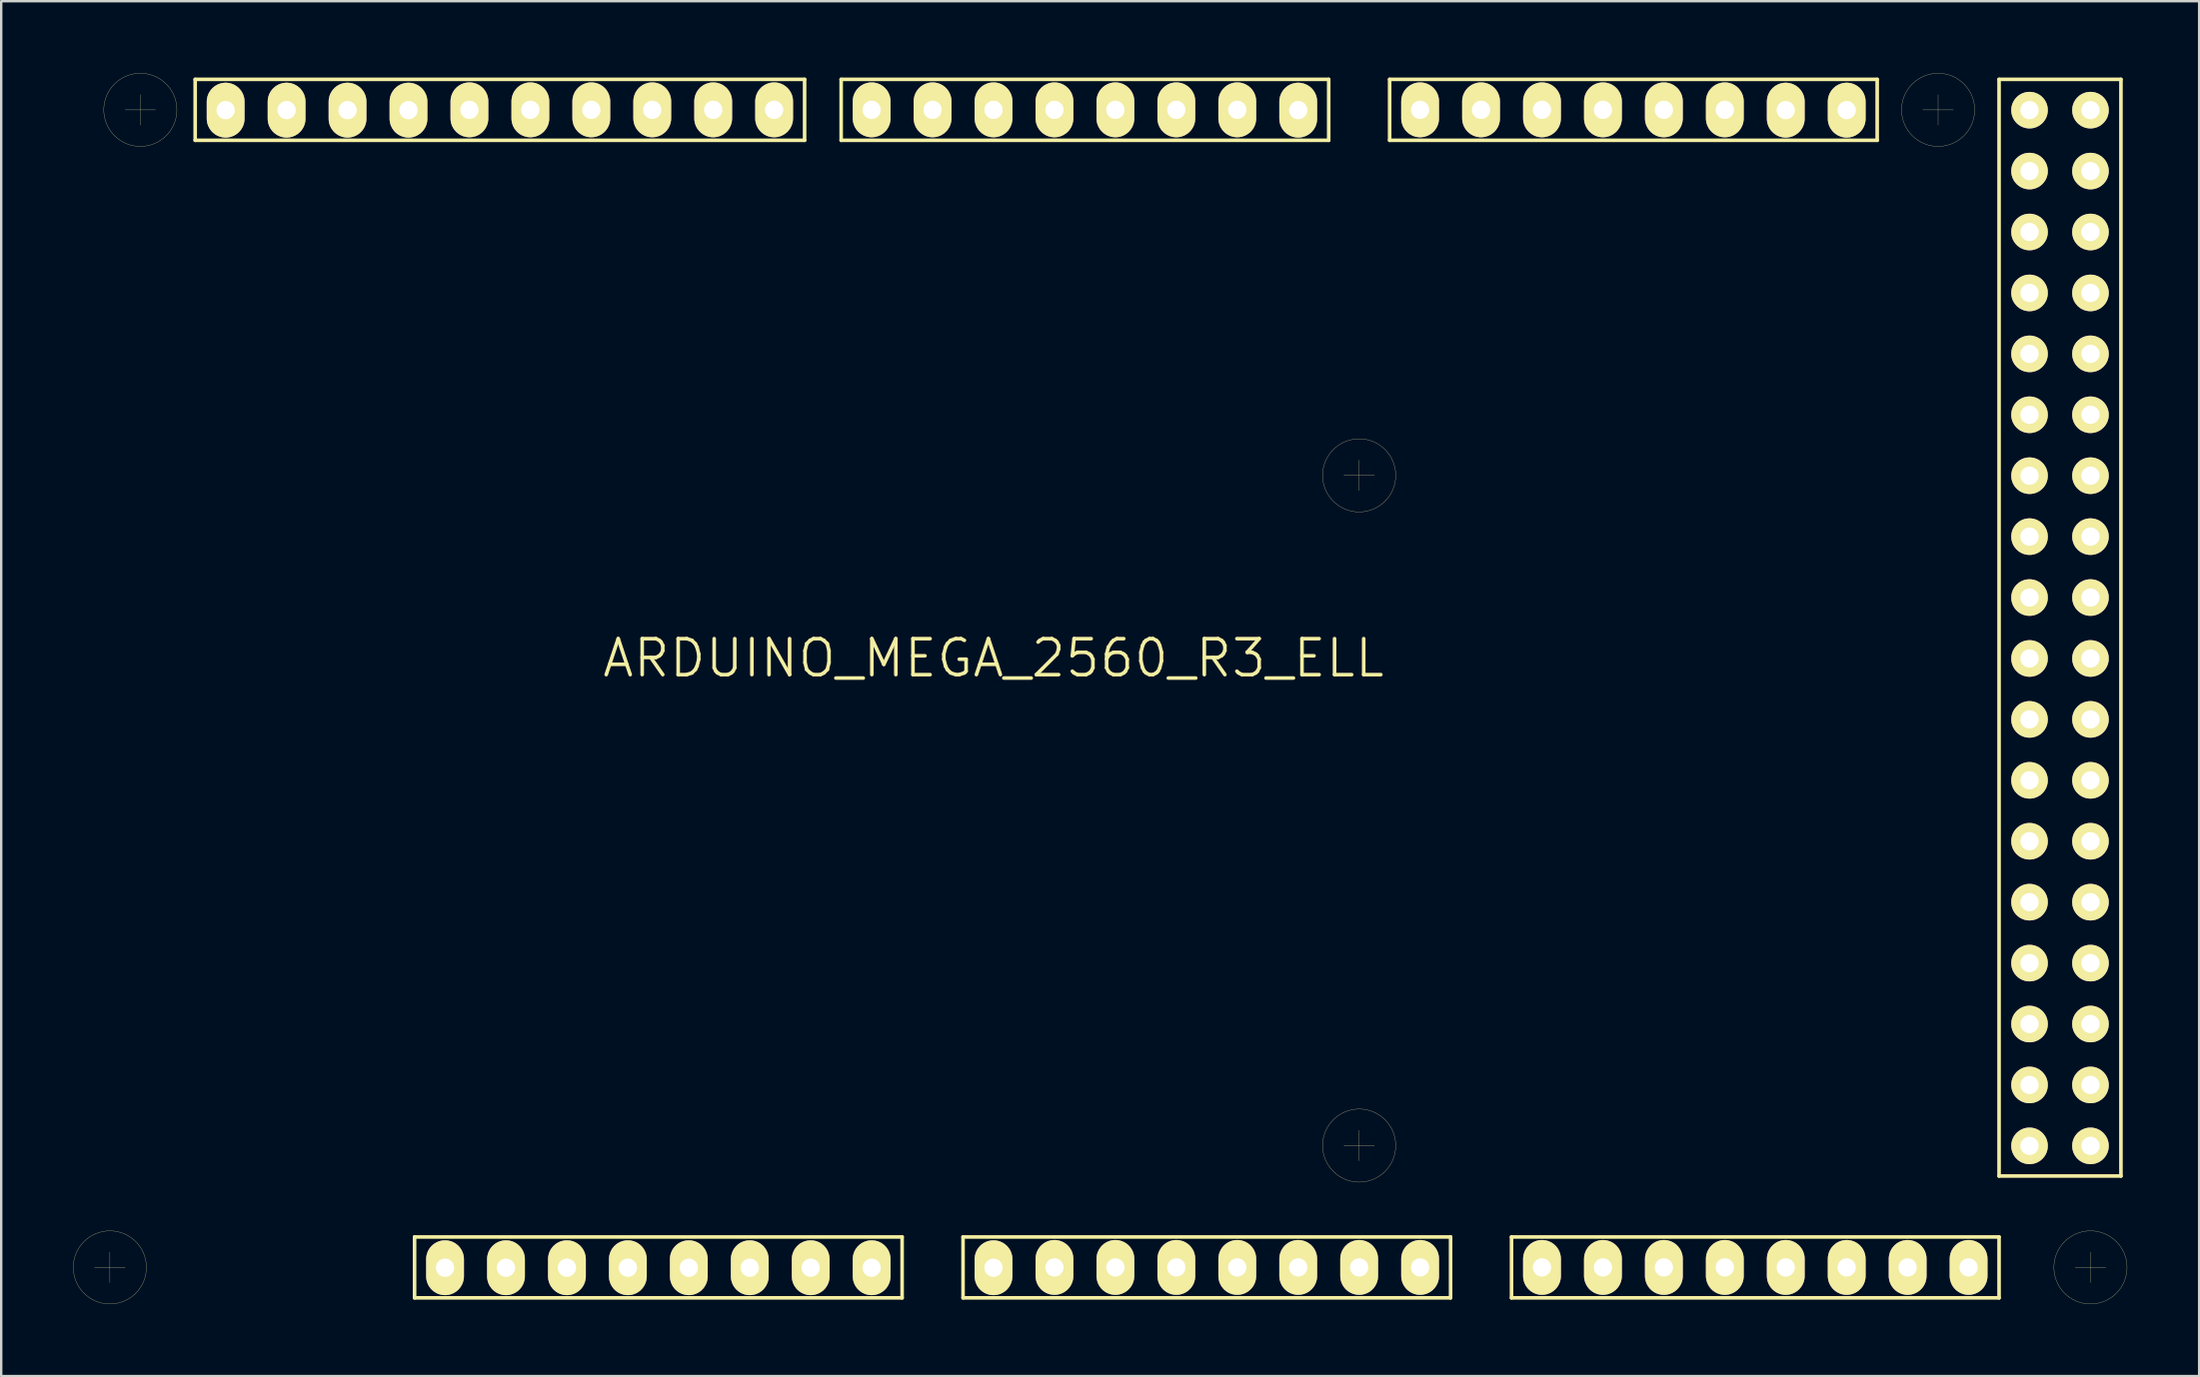
<source format=kicad_pcb>
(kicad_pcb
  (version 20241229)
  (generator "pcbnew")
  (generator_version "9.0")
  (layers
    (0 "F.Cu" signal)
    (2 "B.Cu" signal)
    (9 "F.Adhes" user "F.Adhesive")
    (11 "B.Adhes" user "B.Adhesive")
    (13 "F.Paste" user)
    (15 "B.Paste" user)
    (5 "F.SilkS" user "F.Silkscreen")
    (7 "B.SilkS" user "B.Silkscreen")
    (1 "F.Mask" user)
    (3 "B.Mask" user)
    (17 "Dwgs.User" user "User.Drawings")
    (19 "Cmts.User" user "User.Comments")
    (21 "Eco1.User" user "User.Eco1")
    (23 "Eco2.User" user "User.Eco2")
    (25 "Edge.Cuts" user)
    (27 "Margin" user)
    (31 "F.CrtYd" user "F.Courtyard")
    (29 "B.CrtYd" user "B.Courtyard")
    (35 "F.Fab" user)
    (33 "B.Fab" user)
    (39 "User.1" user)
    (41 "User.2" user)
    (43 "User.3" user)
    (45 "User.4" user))
  (footprint "ARDUINO_MEGA_2560_R3_ELL"
    (layer "F.Cu")
    (at 38.359 25.659)
    (property "Reference" "ARDUINO_MEGA_2560_R3_ELL" (at 0 -1.27 0) (layer "F.SilkS") (effects (font (size 1.5 1.5) (thickness 0.15))))
    (attr through_hole)
    (fp_line (start -37.465 24.13) (end -36.195 24.13) (stroke (width 0.01) (type solid)) (layer "F.SilkS"))
    (fp_line (start -36.83 23.495) (end -36.83 24.765) (stroke (width 0.01) (type solid)) (layer "F.SilkS"))
    (fp_line (start -36.195 -24.13) (end -34.925 -24.13) (stroke (width 0.01) (type solid)) (layer "F.SilkS"))
    (fp_line (start -35.56 -24.765) (end -35.56 -23.495) (stroke (width 0.01) (type solid)) (layer "F.SilkS"))
    (fp_line (start -33.274 -25.4) (end -7.874 -25.4) (stroke (width 0.15) (type solid)) (layer "F.SilkS"))
    (fp_line (start -33.274 -22.86) (end -33.274 -25.4) (stroke (width 0.15) (type solid)) (layer "F.SilkS"))
    (fp_line (start -24.13 22.86) (end -3.81 22.86) (stroke (width 0.15) (type solid)) (layer "F.SilkS"))
    (fp_line (start -24.13 25.4) (end -24.13 22.86) (stroke (width 0.15) (type solid)) (layer "F.SilkS"))
    (fp_line (start -7.874 -25.4) (end -7.874 -22.86) (stroke (width 0.15) (type solid)) (layer "F.SilkS"))
    (fp_line (start -7.874 -22.86) (end -33.274 -22.86) (stroke (width 0.15) (type solid)) (layer "F.SilkS"))
    (fp_line (start -6.35 -25.4) (end 13.97 -25.4) (stroke (width 0.15) (type solid)) (layer "F.SilkS"))
    (fp_line (start -6.35 -22.86) (end -6.35 -25.4) (stroke (width 0.15) (type solid)) (layer "F.SilkS"))
    (fp_line (start -3.81 22.86) (end -3.81 25.4) (stroke (width 0.15) (type solid)) (layer "F.SilkS"))
    (fp_line (start -3.81 25.4) (end -24.13 25.4) (stroke (width 0.15) (type solid)) (layer "F.SilkS"))
    (fp_line (start -1.27 22.86) (end -1.27 25.4) (stroke (width 0.15) (type solid)) (layer "F.SilkS"))
    (fp_line (start -1.27 25.4) (end 19.05 25.4) (stroke (width 0.15) (type solid)) (layer "F.SilkS"))
    (fp_line (start 13.97 -25.4) (end 13.97 -22.86) (stroke (width 0.15) (type solid)) (layer "F.SilkS"))
    (fp_line (start 13.97 -22.86) (end -6.35 -22.86) (stroke (width 0.15) (type solid)) (layer "F.SilkS"))
    (fp_line (start 14.605 -8.89) (end 15.875 -8.89) (stroke (width 0.01) (type solid)) (layer "F.SilkS"))
    (fp_line (start 14.605 19.05) (end 15.875 19.05) (stroke (width 0.01) (type solid)) (layer "F.SilkS"))
    (fp_line (start 15.24 -9.525) (end 15.24 -8.255) (stroke (width 0.01) (type solid)) (layer "F.SilkS"))
    (fp_line (start 15.24 18.415) (end 15.24 19.685) (stroke (width 0.01) (type solid)) (layer "F.SilkS"))
    (fp_line (start 16.51 -25.4) (end 36.83 -25.4) (stroke (width 0.15) (type solid)) (layer "F.SilkS"))
    (fp_line (start 16.51 -22.86) (end 16.51 -25.4) (stroke (width 0.15) (type solid)) (layer "F.SilkS"))
    (fp_line (start 19.05 22.86) (end -1.27 22.86) (stroke (width 0.15) (type solid)) (layer "F.SilkS"))
    (fp_line (start 19.05 25.4) (end 19.05 22.86) (stroke (width 0.15) (type solid)) (layer "F.SilkS"))
    (fp_line (start 21.59 22.86) (end 41.91 22.86) (stroke (width 0.15) (type solid)) (layer "F.SilkS"))
    (fp_line (start 21.59 25.4) (end 21.59 22.86) (stroke (width 0.15) (type solid)) (layer "F.SilkS"))
    (fp_line (start 36.83 -25.4) (end 36.83 -22.86) (stroke (width 0.15) (type solid)) (layer "F.SilkS"))
    (fp_line (start 36.83 -22.86) (end 16.51 -22.86) (stroke (width 0.15) (type solid)) (layer "F.SilkS"))
    (fp_line (start 38.735 -24.13) (end 40.005 -24.13) (stroke (width 0.01) (type solid)) (layer "F.SilkS"))
    (fp_line (start 39.37 -24.765) (end 39.37 -23.495) (stroke (width 0.01) (type solid)) (layer "F.SilkS"))
    (fp_line (start 41.91 -25.4) (end 41.91 20.32) (stroke (width 0.15) (type solid)) (layer "F.SilkS"))
    (fp_line (start 41.91 20.32) (end 46.99 20.32) (stroke (width 0.15) (type solid)) (layer "F.SilkS"))
    (fp_line (start 41.91 22.86) (end 41.91 25.4) (stroke (width 0.15) (type solid)) (layer "F.SilkS"))
    (fp_line (start 41.91 25.4) (end 21.59 25.4) (stroke (width 0.15) (type solid)) (layer "F.SilkS"))
    (fp_line (start 45.085 24.13) (end 46.355 24.13) (stroke (width 0.01) (type solid)) (layer "F.SilkS"))
    (fp_line (start 45.72 23.495) (end 45.72 24.765) (stroke (width 0.01) (type solid)) (layer "F.SilkS"))
    (fp_line (start 46.99 -25.4) (end 41.91 -25.4) (stroke (width 0.15) (type solid)) (layer "F.SilkS"))
    (fp_line (start 46.99 20.32) (end 46.99 -25.4) (stroke (width 0.15) (type solid)) (layer "F.SilkS"))
    (fp_circle (center -36.83 24.13) (end -35.306 24.13) (stroke (width 0.01) (type solid)) (fill no) (layer "F.SilkS"))
    (fp_circle (center -35.56 -24.13) (end -37.084 -24.13) (stroke (width 0.01) (type solid)) (fill no) (layer "F.SilkS"))
    (fp_circle (center 15.24 -8.89) (end 13.716 -8.89) (stroke (width 0.01) (type solid)) (fill no) (layer "F.SilkS"))
    (fp_circle (center 15.24 19.05) (end 16.764 19.05) (stroke (width 0.01) (type solid)) (fill no) (layer "F.SilkS"))
    (fp_circle (center 39.37 -24.13) (end 37.846 -24.13) (stroke (width 0.01) (type solid)) (fill no) (layer "F.SilkS"))
    (fp_circle (center 45.72 24.13) (end 47.244 24.13) (stroke (width 0.01) (type solid)) (fill no) (layer "F.SilkS"))
    (pad "0" thru_hole oval (at 12.7 -24.117) (size 1.575 2.286) (drill 0.762) (layers "*.Cu" "*.Mask" "F.SilkS"))
    (pad "1" thru_hole oval (at 10.16 -24.13) (size 1.575 2.286) (drill 0.762) (layers "*.Cu" "*.Mask" "F.SilkS"))
    (pad "2" thru_hole oval (at 7.62 -24.13) (size 1.575 2.286) (drill 0.762) (layers "*.Cu" "*.Mask" "F.SilkS"))
    (pad "3" thru_hole oval (at 5.08 -24.13) (size 1.575 2.286) (drill 0.762) (layers "*.Cu" "*.Mask" "F.SilkS"))
    (pad "3V3" thru_hole oval (at -15.24 24.143) (size 1.575 2.286) (drill 0.762) (layers "*.Cu" "*.Mask" "F.SilkS"))
    (pad "4" thru_hole oval (at 2.54 -24.13) (size 1.575 2.286) (drill 0.762) (layers "*.Cu" "*.Mask" "F.SilkS"))
    (pad "5" thru_hole oval (at 0 -24.13) (size 1.575 2.286) (drill 0.762) (layers "*.Cu" "*.Mask" "F.SilkS"))
    (pad "5V/1" thru_hole oval (at -12.7 24.143) (size 1.575 2.286) (drill 0.762) (layers "*.Cu" "*.Mask" "F.SilkS"))
    (pad "5V/2" thru_hole circle (at 43.18 -24.117) (size 1.524 1.524) (drill 0.762) (layers "*.Cu" "*.Mask" "F.SilkS"))
    (pad "5V/3" thru_hole circle (at 45.72 -24.117) (size 1.524 1.524) (drill 0.762) (layers "*.Cu" "*.Mask" "F.SilkS"))
    (pad "6" thru_hole oval (at -2.54 -24.13) (size 1.575 2.286) (drill 0.762) (layers "*.Cu" "*.Mask" "F.SilkS"))
    (pad "7" thru_hole oval (at -5.08 -24.13) (size 1.575 2.286) (drill 0.762) (layers "*.Cu" "*.Mask" "F.SilkS"))
    (pad "8" thru_hole oval (at -9.144 -24.13) (size 1.575 2.286) (drill 0.762) (layers "*.Cu" "*.Mask" "F.SilkS"))
    (pad "9" thru_hole oval (at -11.684 -24.13) (size 1.575 2.286) (drill 0.762) (layers "*.Cu" "*.Mask" "F.SilkS"))
    (pad "10" thru_hole oval (at -14.224 -24.13) (size 1.575 2.286) (drill 0.762) (layers "*.Cu" "*.Mask" "F.SilkS"))
    (pad "11" thru_hole oval (at -16.764 -24.13) (size 1.575 2.286) (drill 0.762) (layers "*.Cu" "*.Mask" "F.SilkS"))
    (pad "12" thru_hole oval (at -19.304 -24.13) (size 1.575 2.286) (drill 0.762) (layers "*.Cu" "*.Mask" "F.SilkS"))
    (pad "13" thru_hole oval (at -21.844 -24.13) (size 1.575 2.286) (drill 0.762) (layers "*.Cu" "*.Mask" "F.SilkS"))
    (pad "14" thru_hole oval (at 17.78 -24.13) (size 1.575 2.286) (drill 0.762) (layers "*.Cu" "*.Mask" "F.SilkS"))
    (pad "15" thru_hole oval (at 20.32 -24.13) (size 1.575 2.286) (drill 0.762) (layers "*.Cu" "*.Mask" "F.SilkS"))
    (pad "16" thru_hole oval (at 22.86 -24.13) (size 1.575 2.286) (drill 0.762) (layers "*.Cu" "*.Mask" "F.SilkS"))
    (pad "17" thru_hole oval (at 25.4 -24.13) (size 1.575 2.286) (drill 0.762) (layers "*.Cu" "*.Mask" "F.SilkS"))
    (pad "18" thru_hole oval (at 27.94 -24.13) (size 1.575 2.286) (drill 0.762) (layers "*.Cu" "*.Mask" "F.SilkS"))
    (pad "19" thru_hole oval (at 30.48 -24.13) (size 1.575 2.286) (drill 0.762) (layers "*.Cu" "*.Mask" "F.SilkS"))
    (pad "20/1" thru_hole oval (at 33.02 -24.117) (size 1.575 2.286) (drill 0.762) (layers "*.Cu" "*.Mask" "F.SilkS"))
    (pad "20/2" thru_hole oval (at -29.464 -24.117) (size 1.575 2.286) (drill 0.762) (layers "*.Cu" "*.Mask" "F.SilkS"))
    (pad "21/1" thru_hole oval (at 35.56 -24.117) (size 1.575 2.286) (drill 0.762) (layers "*.Cu" "*.Mask" "F.SilkS"))
    (pad "21/2" thru_hole oval (at -32.004 -24.117) (size 1.575 2.286) (drill 0.762) (layers "*.Cu" "*.Mask" "F.SilkS"))
    (pad "22" thru_hole circle (at 43.18 -21.577) (size 1.524 1.524) (drill 0.762) (layers "*.Cu" "*.Mask" "F.SilkS"))
    (pad "23" thru_hole circle (at 45.72 -21.577) (size 1.524 1.524) (drill 0.762) (layers "*.Cu" "*.Mask" "F.SilkS"))
    (pad "24" thru_hole circle (at 43.18 -19.037) (size 1.524 1.524) (drill 0.762) (layers "*.Cu" "*.Mask" "F.SilkS"))
    (pad "25" thru_hole circle (at 45.72 -19.037) (size 1.524 1.524) (drill 0.762) (layers "*.Cu" "*.Mask" "F.SilkS"))
    (pad "26" thru_hole circle (at 43.18 -16.497) (size 1.524 1.524) (drill 0.762) (layers "*.Cu" "*.Mask" "F.SilkS"))
    (pad "27" thru_hole circle (at 45.72 -16.497) (size 1.524 1.524) (drill 0.762) (layers "*.Cu" "*.Mask" "F.SilkS"))
    (pad "28" thru_hole circle (at 43.18 -13.957) (size 1.524 1.524) (drill 0.762) (layers "*.Cu" "*.Mask" "F.SilkS"))
    (pad "29" thru_hole circle (at 45.72 -13.957) (size 1.524 1.524) (drill 0.762) (layers "*.Cu" "*.Mask" "F.SilkS"))
    (pad "30" thru_hole circle (at 43.18 -11.417) (size 1.524 1.524) (drill 0.762) (layers "*.Cu" "*.Mask" "F.SilkS"))
    (pad "31" thru_hole circle (at 45.72 -11.417) (size 1.524 1.524) (drill 0.762) (layers "*.Cu" "*.Mask" "F.SilkS"))
    (pad "32" thru_hole circle (at 43.18 -8.877) (size 1.524 1.524) (drill 0.762) (layers "*.Cu" "*.Mask" "F.SilkS"))
    (pad "33" thru_hole circle (at 45.72 -8.877) (size 1.524 1.524) (drill 0.762) (layers "*.Cu" "*.Mask" "F.SilkS"))
    (pad "34" thru_hole circle (at 43.18 -6.337) (size 1.524 1.524) (drill 0.762) (layers "*.Cu" "*.Mask" "F.SilkS"))
    (pad "35" thru_hole circle (at 45.72 -6.337) (size 1.524 1.524) (drill 0.762) (layers "*.Cu" "*.Mask" "F.SilkS"))
    (pad "36" thru_hole circle (at 43.18 -3.797) (size 1.524 1.524) (drill 0.762) (layers "*.Cu" "*.Mask" "F.SilkS"))
    (pad "37" thru_hole circle (at 45.72 -3.797) (size 1.524 1.524) (drill 0.762) (layers "*.Cu" "*.Mask" "F.SilkS"))
    (pad "38" thru_hole circle (at 43.18 -1.257) (size 1.524 1.524) (drill 0.762) (layers "*.Cu" "*.Mask" "F.SilkS"))
    (pad "39" thru_hole circle (at 45.72 -1.257) (size 1.524 1.524) (drill 0.762) (layers "*.Cu" "*.Mask" "F.SilkS"))
    (pad "40" thru_hole circle (at 43.18 1.283) (size 1.524 1.524) (drill 0.762) (layers "*.Cu" "*.Mask" "F.SilkS"))
    (pad "41" thru_hole circle (at 45.72 1.283) (size 1.524 1.524) (drill 0.762) (layers "*.Cu" "*.Mask" "F.SilkS"))
    (pad "42" thru_hole circle (at 43.18 3.823) (size 1.524 1.524) (drill 0.762) (layers "*.Cu" "*.Mask" "F.SilkS"))
    (pad "43" thru_hole circle (at 45.72 3.823) (size 1.524 1.524) (drill 0.762) (layers "*.Cu" "*.Mask" "F.SilkS"))
    (pad "44" thru_hole circle (at 43.18 6.363) (size 1.524 1.524) (drill 0.762) (layers "*.Cu" "*.Mask" "F.SilkS"))
    (pad "45" thru_hole circle (at 45.72 6.363) (size 1.524 1.524) (drill 0.762) (layers "*.Cu" "*.Mask" "F.SilkS"))
    (pad "46" thru_hole circle (at 43.18 8.903) (size 1.524 1.524) (drill 0.762) (layers "*.Cu" "*.Mask" "F.SilkS"))
    (pad "47" thru_hole circle (at 45.72 8.903) (size 1.524 1.524) (drill 0.762) (layers "*.Cu" "*.Mask" "F.SilkS"))
    (pad "48" thru_hole circle (at 43.18 11.443) (size 1.524 1.524) (drill 0.762) (layers "*.Cu" "*.Mask" "F.SilkS"))
    (pad "49" thru_hole circle (at 45.72 11.443) (size 1.524 1.524) (drill 0.762) (layers "*.Cu" "*.Mask" "F.SilkS"))
    (pad "50" thru_hole circle (at 43.18 13.983) (size 1.524 1.524) (drill 0.762) (layers "*.Cu" "*.Mask" "F.SilkS"))
    (pad "51" thru_hole circle (at 45.72 13.983) (size 1.524 1.524) (drill 0.762) (layers "*.Cu" "*.Mask" "F.SilkS"))
    (pad "52" thru_hole circle (at 43.18 16.523) (size 1.524 1.524) (drill 0.762) (layers "*.Cu" "*.Mask" "F.SilkS"))
    (pad "53" thru_hole circle (at 45.72 16.523) (size 1.524 1.524) (drill 0.762) (layers "*.Cu" "*.Mask" "F.SilkS"))
    (pad "A0" thru_hole oval (at 0 24.143) (size 1.575 2.286) (drill 0.762) (layers "*.Cu" "*.Mask" "F.SilkS"))
    (pad "A1" thru_hole oval (at 2.54 24.13) (size 1.575 2.286) (drill 0.762) (layers "*.Cu" "*.Mask" "F.SilkS"))
    (pad "A2" thru_hole oval (at 5.08 24.13) (size 1.575 2.286) (drill 0.762) (layers "*.Cu" "*.Mask" "F.SilkS"))
    (pad "A3" thru_hole oval (at 7.62 24.13) (size 1.575 2.286) (drill 0.762) (layers "*.Cu" "*.Mask" "F.SilkS"))
    (pad "A4" thru_hole oval (at 10.16 24.13) (size 1.575 2.286) (drill 0.762) (layers "*.Cu" "*.Mask" "F.SilkS"))
    (pad "A5" thru_hole oval (at 12.7 24.13) (size 1.575 2.286) (drill 0.762) (layers "*.Cu" "*.Mask" "F.SilkS"))
    (pad "A6" thru_hole oval (at 15.24 24.13) (size 1.575 2.286) (drill 0.762) (layers "*.Cu" "*.Mask" "F.SilkS"))
    (pad "A7" thru_hole oval (at 17.78 24.13) (size 1.575 2.286) (drill 0.762) (layers "*.Cu" "*.Mask" "F.SilkS"))
    (pad "A8" thru_hole oval (at 22.86 24.13) (size 1.575 2.286) (drill 0.762) (layers "*.Cu" "*.Mask" "F.SilkS"))
    (pad "A9" thru_hole oval (at 25.4 24.13) (size 1.575 2.286) (drill 0.762) (layers "*.Cu" "*.Mask" "F.SilkS"))
    (pad "A10" thru_hole oval (at 27.94 24.13) (size 1.575 2.286) (drill 0.762) (layers "*.Cu" "*.Mask" "F.SilkS"))
    (pad "A11" thru_hole oval (at 30.48 24.13) (size 1.575 2.286) (drill 0.762) (layers "*.Cu" "*.Mask" "F.SilkS"))
    (pad "A12" thru_hole oval (at 33.02 24.13) (size 1.575 2.286) (drill 0.762) (layers "*.Cu" "*.Mask" "F.SilkS"))
    (pad "A13" thru_hole oval (at 35.56 24.13) (size 1.575 2.286) (drill 0.762) (layers "*.Cu" "*.Mask" "F.SilkS"))
    (pad "A14" thru_hole oval (at 38.1 24.13) (size 1.575 2.286) (drill 0.762) (layers "*.Cu" "*.Mask" "F.SilkS"))
    (pad "A15" thru_hole oval (at 40.64 24.13) (size 1.575 2.286) (drill 0.762) (layers "*.Cu" "*.Mask" "F.SilkS"))
    (pad "AREF" thru_hole oval (at -26.924 -24.117) (size 1.575 2.286) (drill 0.762) (layers "*.Cu" "*.Mask" "F.SilkS"))
    (pad "GND1" thru_hole oval (at -10.16 24.143) (size 1.575 2.286) (drill 0.762) (layers "*.Cu" "*.Mask" "F.SilkS"))
    (pad "GND2" thru_hole oval (at -7.62 24.143) (size 1.575 2.286) (drill 0.762) (layers "*.Cu" "*.Mask" "F.SilkS"))
    (pad "GND3" thru_hole oval (at -24.384 -24.117) (size 1.575 2.286) (drill 0.762) (layers "*.Cu" "*.Mask" "F.SilkS"))
    (pad "GND4" thru_hole circle (at 43.18 19.063) (size 1.524 1.524) (drill 0.762) (layers "*.Cu" "*.Mask" "F.SilkS"))
    (pad "GND5" thru_hole circle (at 45.72 19.063) (size 1.524 1.524) (drill 0.762) (layers "*.Cu" "*.Mask" "F.SilkS"))
    (pad "IREF" thru_hole oval (at -20.32 24.143) (size 1.575 2.286) (drill 0.762) (layers "*.Cu" "*.Mask" "F.SilkS"))
    (pad "NC" thru_hole oval (at -22.86 24.143) (size 1.575 2.286) (drill 0.762) (layers "*.Cu" "*.Mask" "F.SilkS"))
    (pad "RST" thru_hole oval (at -17.78 24.143) (size 1.575 2.286) (drill 0.762) (layers "*.Cu" "*.Mask" "F.SilkS"))
    (pad "VIN" thru_hole oval (at -5.08 24.143) (size 1.575 2.286) (drill 0.762) (layers "*.Cu" "*.Mask" "F.SilkS")))
  (gr_rect
    (start -3 -3)
    (end 88.608 54.318)
    (stroke (width 0.1) (type default))
    (fill no)
    (layer "Edge.Cuts")))
</source>
